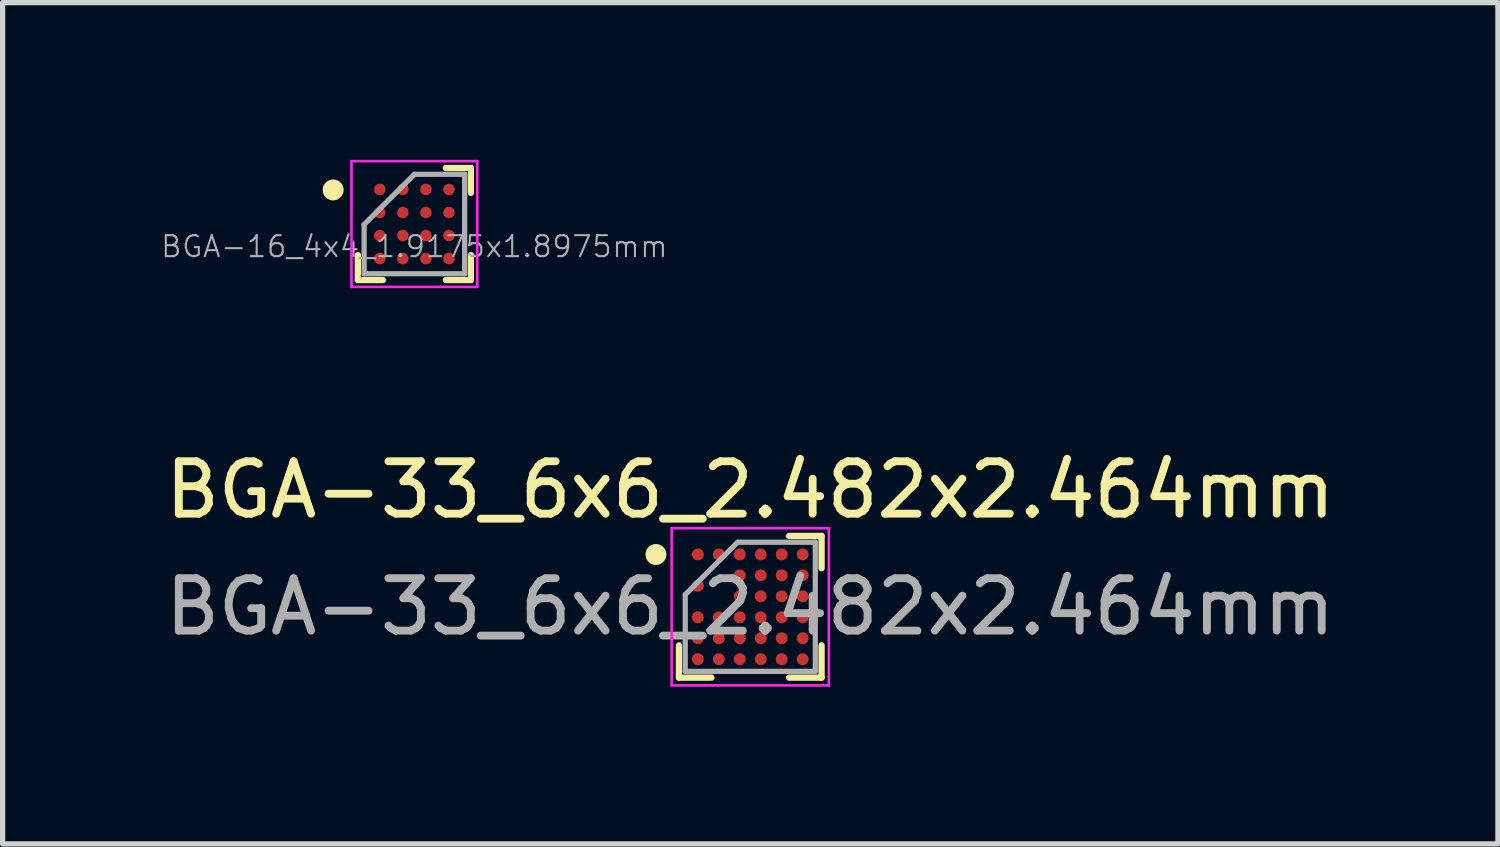
<source format=kicad_pcb>
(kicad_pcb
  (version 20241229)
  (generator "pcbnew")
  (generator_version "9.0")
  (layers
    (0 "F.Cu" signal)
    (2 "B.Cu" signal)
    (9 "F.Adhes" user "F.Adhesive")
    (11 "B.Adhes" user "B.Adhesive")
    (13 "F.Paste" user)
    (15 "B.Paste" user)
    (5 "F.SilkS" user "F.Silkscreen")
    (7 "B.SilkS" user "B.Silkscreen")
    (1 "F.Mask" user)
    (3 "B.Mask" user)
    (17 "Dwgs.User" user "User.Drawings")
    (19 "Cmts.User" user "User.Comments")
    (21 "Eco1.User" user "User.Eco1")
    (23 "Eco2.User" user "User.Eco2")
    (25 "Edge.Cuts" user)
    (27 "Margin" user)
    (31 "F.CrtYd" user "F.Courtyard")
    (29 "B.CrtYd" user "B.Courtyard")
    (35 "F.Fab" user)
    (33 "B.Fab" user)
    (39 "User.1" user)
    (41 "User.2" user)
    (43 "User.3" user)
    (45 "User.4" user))
  (footprint "BGA-33_6x6_2.482x2.464mm"
    (layer "F.Cu")
    (at 11.268 8.53)
    (property "Reference" "BGA-33_6x6_2.482x2.464mm" (at 0 -2.232 0) (layer "F.SilkS") (effects (font (size 1 1) (thickness 0.15))))
    (attr smd)
    (fp_line (start -1.361 1.352) (end -1.361 0.736) (stroke (width 0.12) (type default)) (layer "F.SilkS"))
    (fp_line (start -0.741 1.352) (end -1.361 1.352) (stroke (width 0.12) (type default)) (layer "F.SilkS"))
    (fp_line (start 0.741 -1.352) (end 1.361 -1.352) (stroke (width 0.12) (type default)) (layer "F.SilkS"))
    (fp_line (start 0.741 1.352) (end 1.361 1.352) (stroke (width 0.12) (type default)) (layer "F.SilkS"))
    (fp_line (start 1.361 -1.352) (end 1.361 -0.736) (stroke (width 0.12) (type default)) (layer "F.SilkS"))
    (fp_line (start 1.361 1.352) (end 1.361 0.736) (stroke (width 0.12) (type default)) (layer "F.SilkS"))
    (fp_circle (center -1.8 -0.998) (end -1.8 -0.898) (stroke (width 0.2) (type default)) (fill no) (layer "F.SilkS"))
    (fp_line (start -1.5 -1.5) (end 1.5 -1.5) (stroke (width 0.05) (type default)) (layer "F.CrtYd"))
    (fp_line (start -1.5 1.5) (end -1.5 -1.5) (stroke (width 0.05) (type default)) (layer "F.CrtYd"))
    (fp_line (start 1.5 -1.5) (end 1.5 1.5) (stroke (width 0.05) (type default)) (layer "F.CrtYd"))
    (fp_line (start 1.5 1.5) (end -1.5 1.5) (stroke (width 0.05) (type default)) (layer "F.CrtYd"))
    (fp_line (start -1.241 -0.232) (end -1.241 1.232) (stroke (width 0.1) (type default)) (layer "F.Fab"))
    (fp_line (start -1.241 1.232) (end 1.241 1.232) (stroke (width 0.1) (type default)) (layer "F.Fab"))
    (fp_line (start -0.241 -1.232) (end -1.241 -0.232) (stroke (width 0.1) (type default)) (layer "F.Fab"))
    (fp_line (start 1.241 -1.232) (end -0.241 -1.232) (stroke (width 0.1) (type default)) (layer "F.Fab"))
    (fp_line (start 1.241 1.232) (end 1.241 -1.232) (stroke (width 0.1) (type default)) (layer "F.Fab"))
    (fp_text user "${REFERENCE}" (at 0 0 0) (layer "F.Fab") (effects (font (size 1 1) (thickness 0.15))))
    (pad "A1" smd circle (at -1 -1) (size 0.227 0.227) (layers "F.Cu" "F.Mask" "F.Paste"))
    (pad "A2" smd circle (at -0.6 -1) (size 0.227 0.227) (layers "F.Cu" "F.Mask" "F.Paste"))
    (pad "A3" smd circle (at -0.2 -1) (size 0.227 0.227) (layers "F.Cu" "F.Mask" "F.Paste"))
    (pad "A4" smd circle (at 0.2 -1) (size 0.227 0.227) (layers "F.Cu" "F.Mask" "F.Paste"))
    (pad "A5" smd circle (at 0.6 -1) (size 0.227 0.227) (layers "F.Cu" "F.Mask" "F.Paste"))
    (pad "A6" smd circle (at 1 -1) (size 0.227 0.227) (layers "F.Cu" "F.Mask" "F.Paste"))
    (pad "B3" smd circle (at -0.2 -0.6) (size 0.227 0.227) (layers "F.Cu" "F.Mask" "F.Paste"))
    (pad "B4" smd circle (at 0.2 -0.6) (size 0.227 0.227) (layers "F.Cu" "F.Mask" "F.Paste"))
    (pad "B5" smd circle (at 0.6 -0.6) (size 0.227 0.227) (layers "F.Cu" "F.Mask" "F.Paste"))
    (pad "B6" smd circle (at 1 -0.6) (size 0.227 0.227) (layers "F.Cu" "F.Mask" "F.Paste"))
    (pad "C1" smd circle (at -1 -0.4) (size 0.227 0.227) (layers "F.Cu" "F.Mask" "F.Paste"))
    (pad "D3" smd circle (at -0.2 -0.2) (size 0.227 0.227) (layers "F.Cu" "F.Mask" "F.Paste"))
    (pad "D4" smd circle (at 0.2 -0.2) (size 0.227 0.227) (layers "F.Cu" "F.Mask" "F.Paste"))
    (pad "D5" smd circle (at 0.6 -0.2) (size 0.227 0.227) (layers "F.Cu" "F.Mask" "F.Paste"))
    (pad "D6" smd circle (at 1 -0.2) (size 0.227 0.227) (layers "F.Cu" "F.Mask" "F.Paste"))
    (pad "E1" smd circle (at -1 0.2) (size 0.227 0.227) (layers "F.Cu" "F.Mask" "F.Paste"))
    (pad "E2" smd circle (at -0.6 0.2) (size 0.227 0.227) (layers "F.Cu" "F.Mask" "F.Paste"))
    (pad "E3" smd circle (at -0.2 0.2) (size 0.227 0.227) (layers "F.Cu" "F.Mask" "F.Paste"))
    (pad "E4" smd circle (at 0.2 0.2) (size 0.227 0.227) (layers "F.Cu" "F.Mask" "F.Paste"))
    (pad "E5" smd circle (at 0.6 0.2) (size 0.227 0.227) (layers "F.Cu" "F.Mask" "F.Paste"))
    (pad "E6" smd circle (at 1 0.2) (size 0.227 0.227) (layers "F.Cu" "F.Mask" "F.Paste"))
    (pad "F1" smd circle (at -1 0.6) (size 0.227 0.227) (layers "F.Cu" "F.Mask" "F.Paste"))
    (pad "F2" smd circle (at -0.6 0.6) (size 0.227 0.227) (layers "F.Cu" "F.Mask" "F.Paste"))
    (pad "F3" smd circle (at -0.2 0.6) (size 0.227 0.227) (layers "F.Cu" "F.Mask" "F.Paste"))
    (pad "F4" smd circle (at 0.2 0.6) (size 0.227 0.227) (layers "F.Cu" "F.Mask" "F.Paste"))
    (pad "F5" smd circle (at 0.6 0.6) (size 0.227 0.227) (layers "F.Cu" "F.Mask" "F.Paste"))
    (pad "F6" smd circle (at 1 0.6) (size 0.227 0.227) (layers "F.Cu" "F.Mask" "F.Paste"))
    (pad "G1" smd circle (at -1 1) (size 0.227 0.227) (layers "F.Cu" "F.Mask" "F.Paste"))
    (pad "G2" smd circle (at -0.6 1) (size 0.227 0.227) (layers "F.Cu" "F.Mask" "F.Paste"))
    (pad "G3" smd circle (at -0.2 1) (size 0.227 0.227) (layers "F.Cu" "F.Mask" "F.Paste"))
    (pad "G4" smd circle (at 0.2 1) (size 0.227 0.227) (layers "F.Cu" "F.Mask" "F.Paste"))
    (pad "G5" smd circle (at 0.6 1) (size 0.227 0.227) (layers "F.Cu" "F.Mask" "F.Paste"))
    (pad "G6" smd circle (at 1 1) (size 0.227 0.227) (layers "F.Cu" "F.Mask" "F.Paste")))
  (footprint "BGA-16_4x4_1.9175x1.8975mm"
    (layer "F.Cu")
    (at 4.858 1.225)
    (property "Reference" "BGA-16_4x4_1.9175x1.8975mm" (at 0 0.43 180) (layer "F.Fab") (effects (font (size 0.4 0.4) (thickness 0.04))))
    (attr smd)
    (fp_line (start -1.079 1.069) (end -1.079 0.594) (stroke (width 0.12) (type default)) (layer "F.SilkS"))
    (fp_line (start -0.599 1.069) (end -1.079 1.069) (stroke (width 0.12) (type default)) (layer "F.SilkS"))
    (fp_line (start 0.599 -1.069) (end 1.079 -1.069) (stroke (width 0.12) (type default)) (layer "F.SilkS"))
    (fp_line (start 0.599 1.069) (end 1.079 1.069) (stroke (width 0.12) (type default)) (layer "F.SilkS"))
    (fp_line (start 1.079 -1.069) (end 1.079 -0.594) (stroke (width 0.12) (type default)) (layer "F.SilkS"))
    (fp_line (start 1.079 1.069) (end 1.079 0.594) (stroke (width 0.12) (type default)) (layer "F.SilkS"))
    (fp_circle (center -1.55 -0.65) (end -1.55 -0.55) (stroke (width 0.2) (type default)) (fill no) (layer "F.SilkS"))
    (fp_line (start -1.2 -1.2) (end 1.2 -1.2) (stroke (width 0.05) (type default)) (layer "F.CrtYd"))
    (fp_line (start -1.2 1.2) (end -1.2 -1.2) (stroke (width 0.05) (type default)) (layer "F.CrtYd"))
    (fp_line (start 1.2 -1.2) (end 1.2 1.2) (stroke (width 0.05) (type default)) (layer "F.CrtYd"))
    (fp_line (start 1.2 1.2) (end -1.2 1.2) (stroke (width 0.05) (type default)) (layer "F.CrtYd"))
    (fp_line (start -0.959 0.01) (end -0.959 0.949) (stroke (width 0.1) (type default)) (layer "F.Fab"))
    (fp_line (start -0.959 0.949) (end 0.959 0.949) (stroke (width 0.1) (type default)) (layer "F.Fab"))
    (fp_line (start 0 -0.949) (end -0.959 0.01) (stroke (width 0.1) (type default)) (layer "F.Fab"))
    (fp_line (start 0.959 -0.949) (end 0 -0.949) (stroke (width 0.1) (type default)) (layer "F.Fab"))
    (fp_line (start 0.959 0.949) (end 0.959 -0.949) (stroke (width 0.1) (type default)) (layer "F.Fab"))
    (pad "A1" smd circle (at -0.66 -0.66) (size 0.22 0.22) (layers "F.Cu" "F.Mask" "F.Paste"))
    (pad "A2" smd circle (at -0.22 -0.66) (size 0.22 0.22) (layers "F.Cu" "F.Mask" "F.Paste"))
    (pad "A3" smd circle (at 0.22 -0.66) (size 0.22 0.22) (layers "F.Cu" "F.Mask" "F.Paste"))
    (pad "A4" smd circle (at 0.66 -0.66) (size 0.22 0.22) (layers "F.Cu" "F.Mask" "F.Paste"))
    (pad "B1" smd circle (at -0.66 -0.22) (size 0.22 0.22) (layers "F.Cu" "F.Mask" "F.Paste"))
    (pad "B2" smd circle (at -0.22 -0.22) (size 0.22 0.22) (layers "F.Cu" "F.Mask" "F.Paste"))
    (pad "B3" smd circle (at 0.22 -0.22) (size 0.22 0.22) (layers "F.Cu" "F.Mask" "F.Paste"))
    (pad "B4" smd circle (at 0.66 -0.22) (size 0.22 0.22) (layers "F.Cu" "F.Mask" "F.Paste"))
    (pad "C1" smd circle (at -0.66 0.22) (size 0.22 0.22) (layers "F.Cu" "F.Mask" "F.Paste"))
    (pad "C2" smd circle (at -0.22 0.22) (size 0.22 0.22) (layers "F.Cu" "F.Mask" "F.Paste"))
    (pad "C3" smd circle (at 0.22 0.22) (size 0.22 0.22) (layers "F.Cu" "F.Mask" "F.Paste"))
    (pad "C4" smd circle (at 0.66 0.22) (size 0.22 0.22) (layers "F.Cu" "F.Mask" "F.Paste"))
    (pad "D1" smd circle (at -0.66 0.66) (size 0.22 0.22) (layers "F.Cu" "F.Mask" "F.Paste"))
    (pad "D2" smd circle (at -0.22 0.66) (size 0.22 0.22) (layers "F.Cu" "F.Mask" "F.Paste"))
    (pad "D3" smd circle (at 0.22 0.66) (size 0.22 0.22) (layers "F.Cu" "F.Mask" "F.Paste"))
    (pad "D4" smd circle (at 0.66 0.66) (size 0.22 0.22) (layers "F.Cu" "F.Mask" "F.Paste")))
  (gr_rect
    (start -3 -3)
    (end 25.536 13.055)
    (stroke (width 0.1) (type default))
    (fill no)
    (layer "Edge.Cuts")))
</source>
